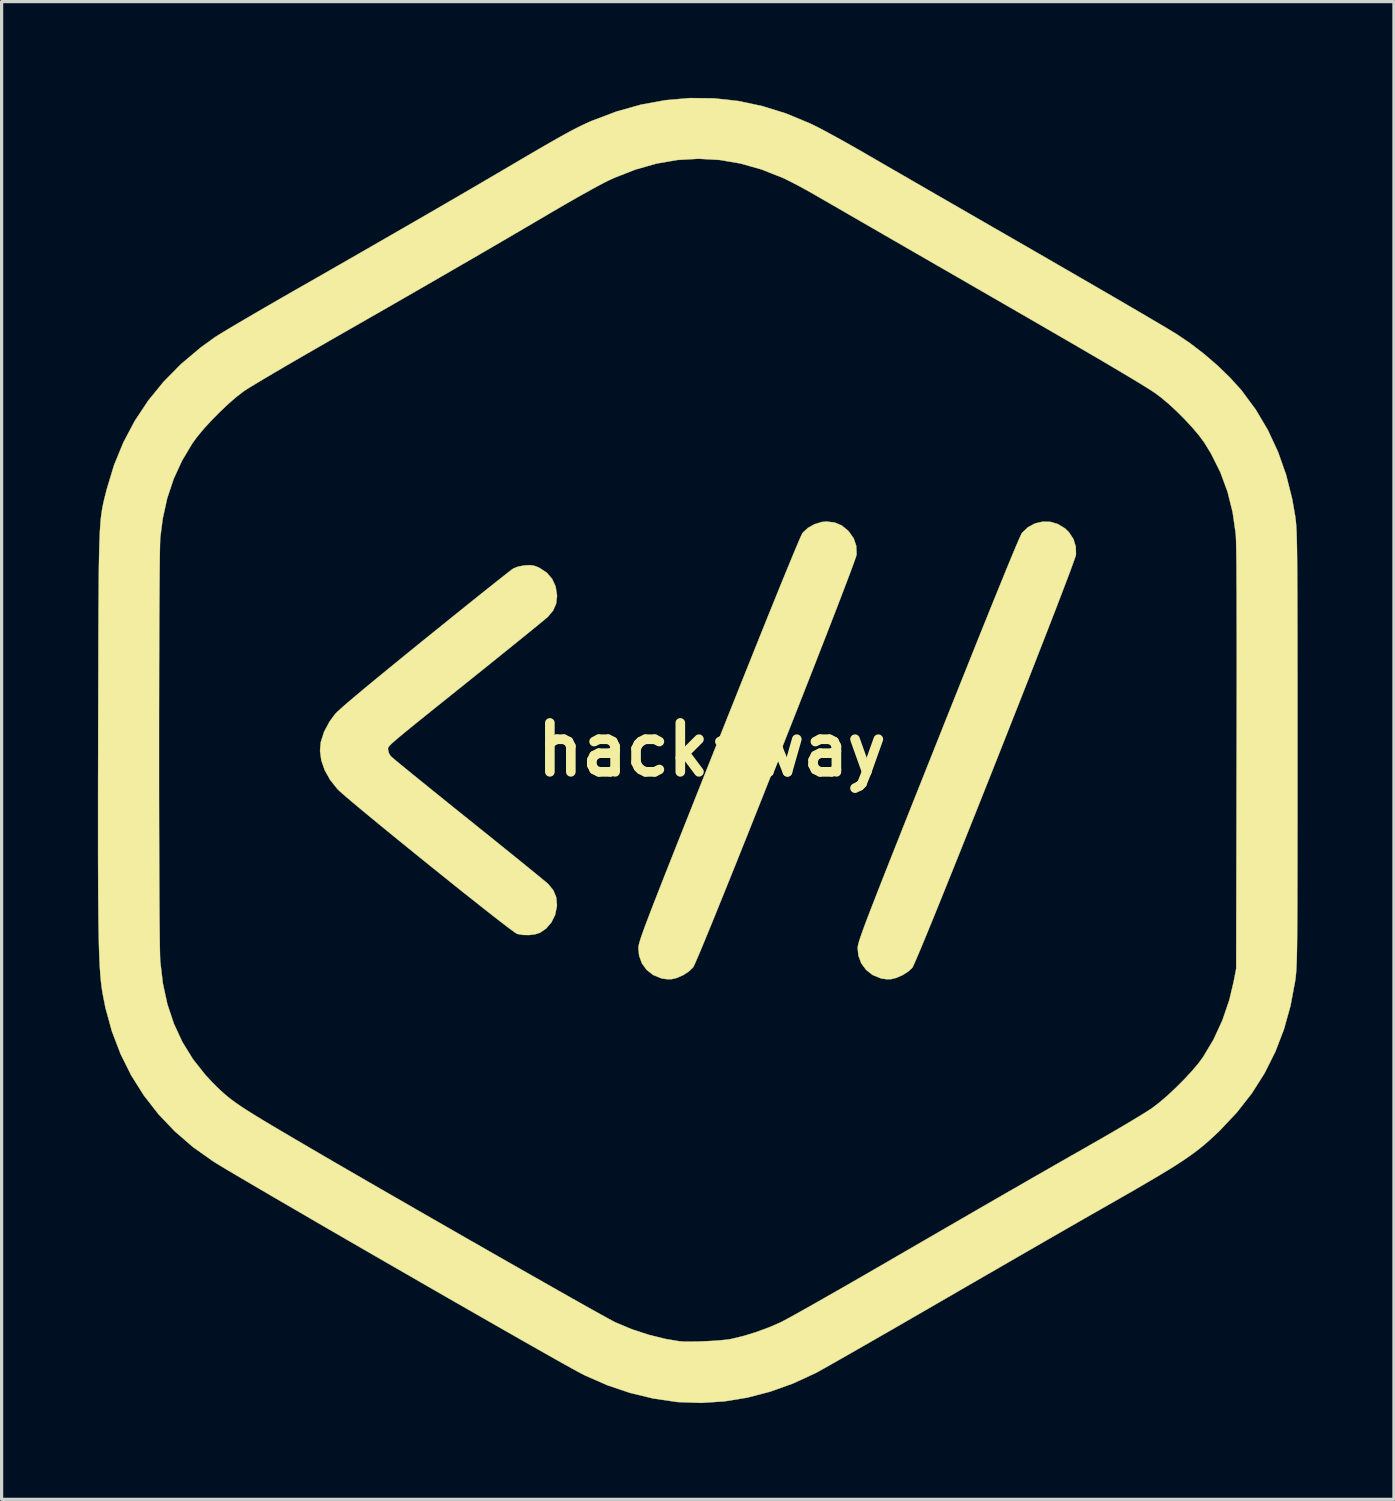
<source format=kicad_pcb>
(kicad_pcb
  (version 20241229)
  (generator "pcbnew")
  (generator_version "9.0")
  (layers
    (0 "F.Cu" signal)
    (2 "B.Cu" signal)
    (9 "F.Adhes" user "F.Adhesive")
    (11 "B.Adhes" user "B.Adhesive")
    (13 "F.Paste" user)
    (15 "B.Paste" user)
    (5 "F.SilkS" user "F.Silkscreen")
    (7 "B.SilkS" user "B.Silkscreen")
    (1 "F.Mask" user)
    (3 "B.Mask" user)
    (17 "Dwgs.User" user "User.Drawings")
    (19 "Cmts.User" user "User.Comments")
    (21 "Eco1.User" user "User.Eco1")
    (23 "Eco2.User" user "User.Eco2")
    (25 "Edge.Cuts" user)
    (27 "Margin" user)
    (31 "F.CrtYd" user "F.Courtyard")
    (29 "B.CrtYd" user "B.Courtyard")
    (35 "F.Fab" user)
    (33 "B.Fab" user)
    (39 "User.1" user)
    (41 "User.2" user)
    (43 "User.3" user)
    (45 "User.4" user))
  (footprint "hackaway"
    (layer "F.Cu")
    (at 19.124 20.306)
    (property "Reference" "hackaway" (at 0 0 0) (layer "F.SilkS") (effects (font (size 1.524 1.524) (thickness 0.3))))
    (attr through_hole)
    (fp_poly (pts (xy 10.551 -7.098) (xy 10.786 -7.028) (xy 11.002 -6.896) (xy 11.126 -6.777) (xy 11.268 -6.562) (xy 11.341 -6.321) (xy 11.347 -6.08) (xy 11.331 -6.021) (xy 11.289 -5.897) (xy 11.222 -5.713) (xy 11.133 -5.472) (xy 11.022 -5.179) (xy 10.892 -4.838) (xy 10.745 -4.454) (xy 10.581 -4.03) (xy 10.403 -3.572) (xy 10.212 -3.083) (xy 10.011 -2.567) (xy 9.8 -2.029) (xy 9.582 -1.474) (xy 9.357 -0.905) (xy 9.129 -0.326) (xy 8.898 0.257) (xy 8.667 0.841) (xy 8.436 1.422) (xy 8.208 1.995) (xy 7.984 2.555) (xy 7.767 3.099) (xy 7.557 3.623) (xy 7.356 4.121) (xy 7.167 4.591) (xy 6.991 5.026) (xy 6.829 5.424) (xy 6.683 5.78) (xy 6.555 6.09) (xy 6.446 6.349) (xy 6.359 6.552) (xy 6.295 6.697) (xy 6.256 6.778) (xy 6.247 6.793) (xy 6.118 6.913) (xy 5.944 7.023) (xy 5.752 7.107) (xy 5.584 7.149) (xy 5.454 7.151) (xy 5.305 7.131) (xy 5.255 7.119) (xy 5.008 7.016) (xy 4.808 6.859) (xy 4.659 6.657) (xy 4.57 6.419) (xy 4.546 6.189) (xy 4.547 6.157) (xy 4.552 6.12) (xy 4.562 6.074) (xy 4.576 6.015) (xy 4.598 5.942) (xy 4.628 5.85) (xy 4.667 5.738) (xy 4.716 5.601) (xy 4.776 5.437) (xy 4.85 5.242) (xy 4.937 5.014) (xy 5.04 4.75) (xy 5.158 4.446) (xy 5.294 4.099) (xy 5.449 3.707) (xy 5.623 3.266) (xy 5.819 2.773) (xy 6.036 2.225) (xy 6.277 1.619) (xy 6.543 0.952) (xy 6.834 0.221) (xy 7.055 -0.334) (xy 7.409 -1.224) (xy 7.739 -2.048) (xy 8.043 -2.808) (xy 8.321 -3.502) (xy 8.574 -4.13) (xy 8.801 -4.692) (xy 9.003 -5.188) (xy 9.177 -5.616) (xy 9.326 -5.977) (xy 9.448 -6.27) (xy 9.544 -6.494) (xy 9.613 -6.65) (xy 9.655 -6.738) (xy 9.665 -6.755) (xy 9.854 -6.933) (xy 10.072 -7.05) (xy 10.309 -7.105) (xy 10.551 -7.098)) (stroke (width 0.01) (type solid)) (fill yes) (layer "F.SilkS"))
    (fp_poly (pts (xy 3.832 -7.077) (xy 4.051 -6.985) (xy 4.246 -6.824) (xy 4.272 -6.796) (xy 4.422 -6.583) (xy 4.501 -6.352) (xy 4.513 -6.094) (xy 4.512 -6.08) (xy 4.496 -6.021) (xy 4.454 -5.898) (xy 4.387 -5.714) (xy 4.298 -5.473) (xy 4.187 -5.18) (xy 4.057 -4.839) (xy 3.91 -4.455) (xy 3.746 -4.032) (xy 3.568 -3.573) (xy 3.377 -3.084) (xy 3.176 -2.568) (xy 2.965 -2.03) (xy 2.747 -1.475) (xy 2.523 -0.906) (xy 2.294 -0.327) (xy 2.064 0.256) (xy 1.832 0.84) (xy 1.602 1.421) (xy 1.374 1.993) (xy 1.151 2.554) (xy 0.933 3.097) (xy 0.724 3.621) (xy 0.523 4.119) (xy 0.334 4.587) (xy 0.158 5.022) (xy -0.003 5.42) (xy -0.149 5.775) (xy -0.276 6.083) (xy -0.384 6.341) (xy -0.471 6.544) (xy -0.534 6.687) (xy -0.573 6.766) (xy -0.58 6.779) (xy -0.713 6.908) (xy -0.892 7.024) (xy -1.09 7.11) (xy -1.251 7.149) (xy -1.381 7.151) (xy -1.53 7.131) (xy -1.581 7.119) (xy -1.829 7.016) (xy -2.029 6.859) (xy -2.176 6.656) (xy -2.263 6.415) (xy -2.286 6.194) (xy -2.284 6.163) (xy -2.281 6.127) (xy -2.273 6.083) (xy -2.26 6.029) (xy -2.24 5.961) (xy -2.214 5.876) (xy -2.178 5.771) (xy -2.133 5.644) (xy -2.077 5.49) (xy -2.008 5.308) (xy -1.926 5.093) (xy -1.83 4.843) (xy -1.717 4.554) (xy -1.588 4.224) (xy -1.441 3.85) (xy -1.274 3.428) (xy -1.087 2.956) (xy -0.878 2.429) (xy -0.646 1.846) (xy -0.391 1.203) (xy -0.11 0.497) (xy 0.198 -0.275) (xy 0.222 -0.336) (xy 0.581 -1.237) (xy 0.914 -2.071) (xy 1.221 -2.837) (xy 1.501 -3.536) (xy 1.755 -4.167) (xy 1.983 -4.73) (xy 2.183 -5.224) (xy 2.358 -5.65) (xy 2.505 -6.008) (xy 2.626 -6.296) (xy 2.719 -6.516) (xy 2.786 -6.667) (xy 2.826 -6.748) (xy 2.834 -6.761) (xy 2.996 -6.91) (xy 3.203 -7.026) (xy 3.429 -7.094) (xy 3.577 -7.108) (xy 3.832 -7.077)) (stroke (width 0.01) (type solid)) (fill yes) (layer "F.SilkS"))
    (fp_poly (pts (xy -5.546 -5.735) (xy -5.431 -5.694) (xy -5.363 -5.662) (xy -5.138 -5.514) (xy -4.971 -5.319) (xy -4.864 -5.084) (xy -4.822 -4.814) (xy -4.821 -4.781) (xy -4.85 -4.543) (xy -4.943 -4.334) (xy -5.104 -4.142) (xy -5.121 -4.126) (xy -5.177 -4.079) (xy -5.286 -3.989) (xy -5.443 -3.86) (xy -5.644 -3.696) (xy -5.883 -3.502) (xy -6.155 -3.282) (xy -6.455 -3.04) (xy -6.779 -2.779) (xy -7.121 -2.503) (xy -7.449 -2.24) (xy -7.901 -1.878) (xy -8.298 -1.559) (xy -8.644 -1.282) (xy -8.943 -1.042) (xy -9.197 -0.837) (xy -9.41 -0.664) (xy -9.587 -0.519) (xy -9.73 -0.401) (xy -9.842 -0.305) (xy -9.929 -0.23) (xy -9.992 -0.171) (xy -10.036 -0.126) (xy -10.064 -0.093) (xy -10.079 -0.067) (xy -10.085 -0.046) (xy -10.086 -0.027) (xy -10.085 -0.007) (xy -10.085 0.000256) (xy -10.06 0.105) (xy -10.001 0.202) (xy -9.959 0.239) (xy -9.864 0.32) (xy -9.719 0.44) (xy -9.53 0.595) (xy -9.3 0.782) (xy -9.035 0.997) (xy -8.74 1.236) (xy -8.417 1.496) (xy -8.074 1.773) (xy -7.713 2.063) (xy -7.583 2.167) (xy -7.215 2.463) (xy -6.861 2.747) (xy -6.525 3.018) (xy -6.213 3.27) (xy -5.93 3.499) (xy -5.679 3.703) (xy -5.466 3.877) (xy -5.296 4.016) (xy -5.173 4.118) (xy -5.102 4.179) (xy -5.091 4.189) (xy -4.933 4.383) (xy -4.845 4.599) (xy -4.823 4.845) (xy -4.826 4.883) (xy -4.88 5.146) (xy -4.996 5.381) (xy -5.166 5.576) (xy -5.35 5.701) (xy -5.498 5.75) (xy -5.685 5.774) (xy -5.878 5.771) (xy -6.047 5.741) (xy -6.071 5.733) (xy -6.124 5.7) (xy -6.23 5.624) (xy -6.384 5.509) (xy -6.58 5.359) (xy -6.814 5.177) (xy -7.08 4.968) (xy -7.373 4.736) (xy -7.689 4.486) (xy -8.022 4.22) (xy -8.367 3.943) (xy -8.72 3.66) (xy -9.074 3.374) (xy -9.426 3.089) (xy -9.77 2.81) (xy -10.101 2.54) (xy -10.414 2.283) (xy -10.703 2.045) (xy -10.965 1.828) (xy -11.193 1.637) (xy -11.384 1.475) (xy -11.531 1.348) (xy -11.629 1.258) (xy -11.663 1.224) (xy -11.89 0.938) (xy -12.058 0.638) (xy -12.164 0.333) (xy -12.204 0.032) (xy -12.181 -0.233) (xy -12.079 -0.555) (xy -11.908 -0.875) (xy -11.733 -1.112) (xy -11.664 -1.183) (xy -11.536 -1.299) (xy -11.351 -1.461) (xy -11.108 -1.667) (xy -10.808 -1.918) (xy -10.451 -2.213) (xy -10.038 -2.551) (xy -9.57 -2.933) (xy -9.047 -3.358) (xy -8.934 -3.449) (xy -8.546 -3.762) (xy -8.173 -4.063) (xy -7.818 -4.349) (xy -7.487 -4.615) (xy -7.183 -4.858) (xy -6.911 -5.075) (xy -6.676 -5.262) (xy -6.481 -5.416) (xy -6.331 -5.534) (xy -6.23 -5.611) (xy -6.184 -5.644) (xy -6.038 -5.703) (xy -5.848 -5.739) (xy -5.808 -5.743) (xy -5.66 -5.75) (xy -5.546 -5.735)) (stroke (width 0.01) (type solid)) (fill yes) (layer "F.SilkS"))
    (fp_poly (pts (xy 0.07 -20.293) (xy 0.823 -20.21) (xy 1.572 -20.052) (xy 2.316 -19.82) (xy 3.054 -19.514) (xy 3.156 -19.465) (xy 3.323 -19.382) (xy 3.541 -19.267) (xy 3.796 -19.129) (xy 4.076 -18.974) (xy 4.367 -18.811) (xy 4.656 -18.646) (xy 4.744 -18.595) (xy 4.94 -18.481) (xy 5.194 -18.334) (xy 5.499 -18.157) (xy 5.848 -17.956) (xy 6.233 -17.734) (xy 6.648 -17.494) (xy 7.086 -17.241) (xy 7.539 -16.98) (xy 8.001 -16.714) (xy 8.465 -16.446) (xy 8.759 -16.277) (xy 9.493 -15.854) (xy 10.187 -15.454) (xy 10.838 -15.078) (xy 11.444 -14.727) (xy 12.004 -14.403) (xy 12.514 -14.107) (xy 12.974 -13.839) (xy 13.38 -13.602) (xy 13.73 -13.396) (xy 14.022 -13.224) (xy 14.255 -13.085) (xy 14.426 -12.982) (xy 14.465 -12.958) (xy 14.897 -12.667) (xy 15.333 -12.333) (xy 15.754 -11.97) (xy 16.142 -11.595) (xy 16.479 -11.224) (xy 16.513 -11.183) (xy 16.95 -10.591) (xy 17.326 -9.956) (xy 17.641 -9.28) (xy 17.893 -8.564) (xy 18.083 -7.808) (xy 18.178 -7.263) (xy 18.186 -7.2) (xy 18.194 -7.135) (xy 18.201 -7.063) (xy 18.208 -6.982) (xy 18.213 -6.888) (xy 18.219 -6.777) (xy 18.223 -6.647) (xy 18.227 -6.493) (xy 18.231 -6.312) (xy 18.234 -6.101) (xy 18.237 -5.856) (xy 18.239 -5.575) (xy 18.241 -5.252) (xy 18.243 -4.886) (xy 18.244 -4.472) (xy 18.245 -4.007) (xy 18.246 -3.488) (xy 18.246 -2.911) (xy 18.247 -2.273) (xy 18.247 -1.57) (xy 18.247 -0.799) (xy 18.247 -0.037) (xy 18.247 0.798) (xy 18.247 1.563) (xy 18.247 2.26) (xy 18.246 2.892) (xy 18.246 3.464) (xy 18.245 3.978) (xy 18.244 4.438) (xy 18.243 4.847) (xy 18.241 5.209) (xy 18.239 5.528) (xy 18.237 5.806) (xy 18.234 6.047) (xy 18.231 6.255) (xy 18.227 6.433) (xy 18.223 6.585) (xy 18.218 6.714) (xy 18.213 6.823) (xy 18.207 6.915) (xy 18.2 6.996) (xy 18.193 7.066) (xy 18.185 7.131) (xy 18.178 7.188) (xy 18.032 7.972) (xy 17.825 8.713) (xy 17.555 9.414) (xy 17.223 10.077) (xy 16.826 10.704) (xy 16.363 11.296) (xy 15.835 11.857) (xy 15.796 11.895) (xy 15.641 12.041) (xy 15.494 12.176) (xy 15.348 12.303) (xy 15.197 12.427) (xy 15.038 12.549) (xy 14.863 12.675) (xy 14.669 12.808) (xy 14.449 12.951) (xy 14.198 13.107) (xy 13.911 13.28) (xy 13.582 13.474) (xy 13.207 13.693) (xy 12.779 13.938) (xy 12.293 14.216) (xy 12.065 14.346) (xy 11.834 14.477) (xy 11.545 14.643) (xy 11.205 14.838) (xy 10.82 15.059) (xy 10.397 15.303) (xy 9.943 15.564) (xy 9.464 15.84) (xy 8.968 16.127) (xy 8.46 16.42) (xy 7.947 16.716) (xy 7.437 17.012) (xy 7.153 17.176) (xy 6.673 17.454) (xy 6.204 17.725) (xy 5.752 17.986) (xy 5.321 18.234) (xy 4.917 18.466) (xy 4.543 18.68) (xy 4.206 18.873) (xy 3.909 19.042) (xy 3.658 19.185) (xy 3.456 19.298) (xy 3.311 19.379) (xy 3.227 19.424) (xy 2.533 19.744) (xy 1.824 19.998) (xy 1.108 20.185) (xy 0.39 20.302) (xy -0.324 20.349) (xy -1.028 20.325) (xy -1.102 20.318) (xy -1.823 20.212) (xy -2.545 20.038) (xy -3.253 19.799) (xy -3.934 19.501) (xy -4.045 19.445) (xy -4.17 19.379) (xy -4.355 19.277) (xy -4.596 19.144) (xy -4.887 18.98) (xy -5.225 18.789) (xy -5.605 18.574) (xy -6.023 18.336) (xy -6.474 18.079) (xy -6.953 17.805) (xy -7.456 17.517) (xy -7.978 17.218) (xy -8.516 16.909) (xy -9.064 16.594) (xy -9.617 16.275) (xy -10.173 15.955) (xy -10.725 15.637) (xy -11.269 15.322) (xy -11.802 15.014) (xy -12.318 14.715) (xy -12.812 14.427) (xy -13.281 14.154) (xy -13.72 13.899) (xy -14.124 13.662) (xy -14.489 13.448) (xy -14.811 13.259) (xy -15.084 13.097) (xy -15.304 12.965) (xy -15.468 12.865) (xy -15.539 12.82) (xy -16.162 12.379) (xy -16.73 11.888) (xy -17.242 11.35) (xy -17.695 10.767) (xy -18.088 10.142) (xy -18.419 9.477) (xy -18.687 8.775) (xy -18.89 8.038) (xy -18.976 7.601) (xy -18.995 7.484) (xy -19.013 7.359) (xy -19.028 7.225) (xy -19.043 7.076) (xy -19.055 6.911) (xy -19.067 6.725) (xy -19.077 6.515) (xy -19.086 6.277) (xy -19.094 6.009) (xy -19.1 5.706) (xy -19.106 5.365) (xy -19.11 4.984) (xy -19.114 4.558) (xy -19.116 4.083) (xy -19.118 3.558) (xy -19.119 2.977) (xy -19.119 2.338) (xy -19.119 1.637) (xy -19.118 0.871) (xy -19.116 0.037) (xy -19.116 -0.123) (xy -17.22 -0.123) (xy -17.22 0.501) (xy -17.22 1.12) (xy -17.219 1.731) (xy -17.218 2.328) (xy -17.216 2.906) (xy -17.214 3.461) (xy -17.212 3.987) (xy -17.21 4.479) (xy -17.207 4.933) (xy -17.204 5.344) (xy -17.2 5.706) (xy -17.196 6.015) (xy -17.192 6.267) (xy -17.187 6.455) (xy -17.183 6.575) (xy -17.182 6.589) (xy -17.1 7.282) (xy -16.959 7.931) (xy -16.756 8.539) (xy -16.491 9.108) (xy -16.164 9.639) (xy -15.773 10.134) (xy -15.539 10.384) (xy -15.423 10.5) (xy -15.313 10.605) (xy -15.205 10.704) (xy -15.092 10.8) (xy -14.97 10.897) (xy -14.833 10.998) (xy -14.674 11.107) (xy -14.49 11.227) (xy -14.274 11.363) (xy -14.021 11.518) (xy -13.726 11.695) (xy -13.382 11.898) (xy -12.985 12.132) (xy -12.529 12.399) (xy -12.505 12.413) (xy -12.119 12.639) (xy -11.7 12.883) (xy -11.252 13.142) (xy -10.779 13.416) (xy -10.287 13.7) (xy -9.779 13.992) (xy -9.26 14.291) (xy -8.735 14.593) (xy -8.206 14.896) (xy -7.68 15.198) (xy -7.16 15.495) (xy -6.651 15.786) (xy -6.156 16.068) (xy -5.681 16.338) (xy -5.231 16.594) (xy -4.808 16.834) (xy -4.418 17.055) (xy -4.065 17.254) (xy -3.753 17.429) (xy -3.487 17.577) (xy -3.271 17.696) (xy -3.11 17.784) (xy -3.008 17.838) (xy -2.988 17.847) (xy -2.493 18.054) (xy -1.966 18.227) (xy -1.435 18.358) (xy -1.009 18.429) (xy -0.868 18.439) (xy -0.671 18.441) (xy -0.438 18.437) (xy -0.187 18.428) (xy 0.064 18.415) (xy 0.295 18.397) (xy 0.488 18.376) (xy 0.598 18.359) (xy 0.978 18.268) (xy 1.388 18.142) (xy 1.798 17.991) (xy 2.148 17.838) (xy 2.243 17.789) (xy 2.397 17.706) (xy 2.604 17.592) (xy 2.859 17.449) (xy 3.156 17.282) (xy 3.49 17.092) (xy 3.855 16.884) (xy 4.245 16.661) (xy 4.655 16.425) (xy 5.08 16.18) (xy 5.36 16.018) (xy 6.049 15.618) (xy 6.68 15.253) (xy 7.258 14.918) (xy 7.79 14.61) (xy 8.283 14.325) (xy 8.742 14.06) (xy 9.174 13.811) (xy 9.585 13.575) (xy 9.981 13.347) (xy 10.368 13.125) (xy 10.753 12.905) (xy 11.141 12.683) (xy 11.54 12.456) (xy 11.897 12.252) (xy 12.215 12.07) (xy 12.527 11.889) (xy 12.823 11.715) (xy 13.095 11.553) (xy 13.333 11.409) (xy 13.529 11.288) (xy 13.673 11.195) (xy 13.727 11.158) (xy 13.954 10.984) (xy 14.205 10.768) (xy 14.464 10.525) (xy 14.719 10.27) (xy 14.954 10.016) (xy 15.156 9.778) (xy 15.302 9.581) (xy 15.632 9.029) (xy 15.907 8.432) (xy 16.122 7.803) (xy 16.255 7.244) (xy 16.338 6.817) (xy 16.351 0.261) (xy 16.353 -0.681) (xy 16.354 -1.55) (xy 16.355 -2.347) (xy 16.355 -3.074) (xy 16.354 -3.73) (xy 16.353 -4.319) (xy 16.352 -4.841) (xy 16.349 -5.296) (xy 16.347 -5.688) (xy 16.343 -6.016) (xy 16.339 -6.283) (xy 16.335 -6.489) (xy 16.329 -6.636) (xy 16.324 -6.721) (xy 16.227 -7.4) (xy 16.067 -8.04) (xy 15.843 -8.647) (xy 15.553 -9.227) (xy 15.344 -9.567) (xy 15.185 -9.784) (xy 14.98 -10.028) (xy 14.742 -10.285) (xy 14.488 -10.539) (xy 14.23 -10.777) (xy 13.986 -10.982) (xy 13.8 -11.119) (xy 13.679 -11.199) (xy 13.517 -11.301) (xy 13.311 -11.428) (xy 13.06 -11.58) (xy 12.761 -11.758) (xy 12.413 -11.964) (xy 12.012 -12.2) (xy 11.556 -12.466) (xy 11.044 -12.764) (xy 10.473 -13.094) (xy 9.842 -13.46) (xy 9.282 -13.783) (xy 8.443 -14.267) (xy 7.667 -14.715) (xy 6.954 -15.126) (xy 6.303 -15.501) (xy 5.713 -15.842) (xy 5.183 -16.147) (xy 4.713 -16.419) (xy 4.3 -16.657) (xy 3.946 -16.862) (xy 3.648 -17.034) (xy 3.405 -17.174) (xy 3.217 -17.283) (xy 3.175 -17.307) (xy 2.952 -17.433) (xy 2.716 -17.561) (xy 2.489 -17.68) (xy 2.292 -17.778) (xy 2.204 -17.819) (xy 1.547 -18.078) (xy 0.892 -18.263) (xy 0.239 -18.374) (xy -0.413 -18.41) (xy -1.067 -18.373) (xy -1.722 -18.26) (xy -2.381 -18.073) (xy -3.045 -17.812) (xy -3.231 -17.726) (xy -3.372 -17.655) (xy -3.566 -17.552) (xy -3.804 -17.421) (xy -4.077 -17.269) (xy -4.373 -17.101) (xy -4.682 -16.923) (xy -4.995 -16.74) (xy -5.08 -16.69) (xy -5.724 -16.312) (xy -6.402 -15.915) (xy -7.119 -15.497) (xy -7.879 -15.057) (xy -8.685 -14.591) (xy -9.542 -14.097) (xy -10.454 -13.573) (xy -11.426 -13.017) (xy -11.887 -12.753) (xy -12.282 -12.526) (xy -12.666 -12.305) (xy -13.032 -12.093) (xy -13.375 -11.893) (xy -13.688 -11.709) (xy -13.965 -11.545) (xy -14.2 -11.404) (xy -14.387 -11.291) (xy -14.519 -11.208) (xy -14.577 -11.17) (xy -14.807 -10.993) (xy -15.061 -10.773) (xy -15.325 -10.523) (xy -15.585 -10.26) (xy -15.826 -9.996) (xy -16.033 -9.747) (xy -16.182 -9.543) (xy -16.506 -8.999) (xy -16.766 -8.432) (xy -16.965 -7.833) (xy -17.105 -7.195) (xy -17.18 -6.611) (xy -17.185 -6.518) (xy -17.19 -6.355) (xy -17.194 -6.127) (xy -17.198 -5.839) (xy -17.202 -5.497) (xy -17.205 -5.104) (xy -17.208 -4.665) (xy -17.211 -4.187) (xy -17.213 -3.673) (xy -17.215 -3.129) (xy -17.217 -2.559) (xy -17.218 -1.969) (xy -17.219 -1.363) (xy -17.22 -0.746) (xy -17.22 -0.123) (xy -19.116 -0.123) (xy -19.115 -0.654) (xy -19.113 -1.466) (xy -19.111 -2.208) (xy -19.11 -2.882) (xy -19.108 -3.493) (xy -19.106 -4.044) (xy -19.103 -4.539) (xy -19.1 -4.982) (xy -19.097 -5.376) (xy -19.093 -5.725) (xy -19.087 -6.034) (xy -19.081 -6.305) (xy -19.073 -6.543) (xy -19.065 -6.75) (xy -19.054 -6.932) (xy -19.043 -7.092) (xy -19.029 -7.232) (xy -19.013 -7.358) (xy -18.996 -7.473) (xy -18.976 -7.581) (xy -18.955 -7.685) (xy -18.93 -7.789) (xy -18.904 -7.897) (xy -18.874 -8.012) (xy -18.846 -8.124) (xy -18.621 -8.866) (xy -18.331 -9.572) (xy -17.977 -10.241) (xy -17.559 -10.872) (xy -17.078 -11.463) (xy -16.534 -12.014) (xy -15.929 -12.525) (xy -15.483 -12.847) (xy -15.386 -12.909) (xy -15.231 -13.005) (xy -15.024 -13.129) (xy -14.772 -13.279) (xy -14.48 -13.45) (xy -14.155 -13.64) (xy -13.805 -13.843) (xy -13.434 -14.057) (xy -13.051 -14.277) (xy -12.868 -14.381) (xy -11.833 -14.973) (xy -10.859 -15.532) (xy -9.945 -16.058) (xy -9.085 -16.554) (xy -8.277 -17.022) (xy -7.517 -17.464) (xy -6.802 -17.883) (xy -6.167 -18.256) (xy -5.742 -18.506) (xy -5.375 -18.72) (xy -5.058 -18.903) (xy -4.786 -19.058) (xy -4.55 -19.189) (xy -4.345 -19.3) (xy -4.164 -19.393) (xy -4 -19.473) (xy -3.847 -19.543) (xy -3.74 -19.59) (xy -2.974 -19.88) (xy -2.21 -20.095) (xy -1.447 -20.235) (xy -0.687 -20.301) (xy 0.07 -20.293)) (stroke (width 0.01) (type solid)) (fill yes) (layer "F.SilkS")))
  (gr_rect
    (start -3 -3)
    (end 40.376 43.66)
    (stroke (width 0.1) (type default))
    (fill no)
    (layer "Edge.Cuts")))
</source>
